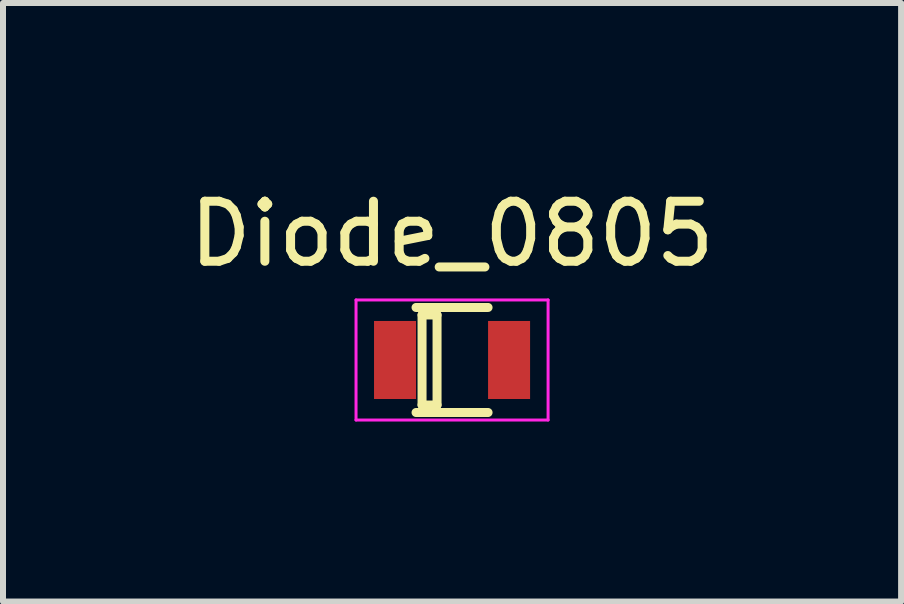
<source format=kicad_pcb>
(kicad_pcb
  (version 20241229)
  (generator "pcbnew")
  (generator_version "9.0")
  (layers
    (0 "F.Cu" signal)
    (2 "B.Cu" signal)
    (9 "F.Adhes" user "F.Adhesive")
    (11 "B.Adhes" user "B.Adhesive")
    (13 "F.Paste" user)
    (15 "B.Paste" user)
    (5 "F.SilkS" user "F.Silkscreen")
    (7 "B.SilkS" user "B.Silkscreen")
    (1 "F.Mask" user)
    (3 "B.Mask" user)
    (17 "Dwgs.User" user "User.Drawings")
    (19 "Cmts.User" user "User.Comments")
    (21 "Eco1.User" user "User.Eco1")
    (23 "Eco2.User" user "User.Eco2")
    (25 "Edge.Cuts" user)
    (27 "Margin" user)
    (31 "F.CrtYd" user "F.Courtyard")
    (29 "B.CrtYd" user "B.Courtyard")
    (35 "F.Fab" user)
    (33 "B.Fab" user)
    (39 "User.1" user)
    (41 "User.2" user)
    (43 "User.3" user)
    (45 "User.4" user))
  (footprint "Diode_0805"
    (layer "F.Cu")
    (at 4.482 2.948)
    (property "Reference" "Diode_0805" (at 0 -2.1 0) (layer "F.SilkS") (effects (font (size 1 1) (thickness 0.15))))
    (attr smd)
    (fp_line (start -0.6 -0.875) (end 0.6 -0.875) (stroke (width 0.15) (type solid)) (layer "F.SilkS"))
    (fp_line (start -0.5 -0.75) (end -0.5 0.75) (stroke (width 0.15) (type solid)) (layer "F.SilkS"))
    (fp_line (start -0.5 0.75) (end -0.25 0.75) (stroke (width 0.15) (type solid)) (layer "F.SilkS"))
    (fp_line (start -0.25 -0.75) (end -0.5 -0.75) (stroke (width 0.15) (type solid)) (layer "F.SilkS"))
    (fp_line (start -0.25 0.75) (end -0.25 -0.75) (stroke (width 0.15) (type solid)) (layer "F.SilkS"))
    (fp_line (start 0.6 0.875) (end -0.6 0.875) (stroke (width 0.15) (type solid)) (layer "F.SilkS"))
    (fp_line (start -1.6 -1) (end -1.6 1) (stroke (width 0.05) (type solid)) (layer "F.CrtYd"))
    (fp_line (start -1.6 -1) (end 1.6 -1) (stroke (width 0.05) (type solid)) (layer "F.CrtYd"))
    (fp_line (start -1.6 1) (end 1.6 1) (stroke (width 0.05) (type solid)) (layer "F.CrtYd"))
    (fp_line (start 1.6 -1) (end 1.6 1) (stroke (width 0.05) (type solid)) (layer "F.CrtYd"))
    (pad "A" smd rect (at 0.95 0) (size 0.7 1.3) (layers "F.Cu" "F.Mask" "F.Paste"))
    (pad "K" smd rect (at -0.95 0) (size 0.7 1.3) (layers "F.Cu" "F.Mask" "F.Paste")))
  (gr_rect
    (start -3 -3)
    (end 11.964 6.973)
    (stroke (width 0.1) (type default))
    (fill no)
    (layer "Edge.Cuts")))
</source>
